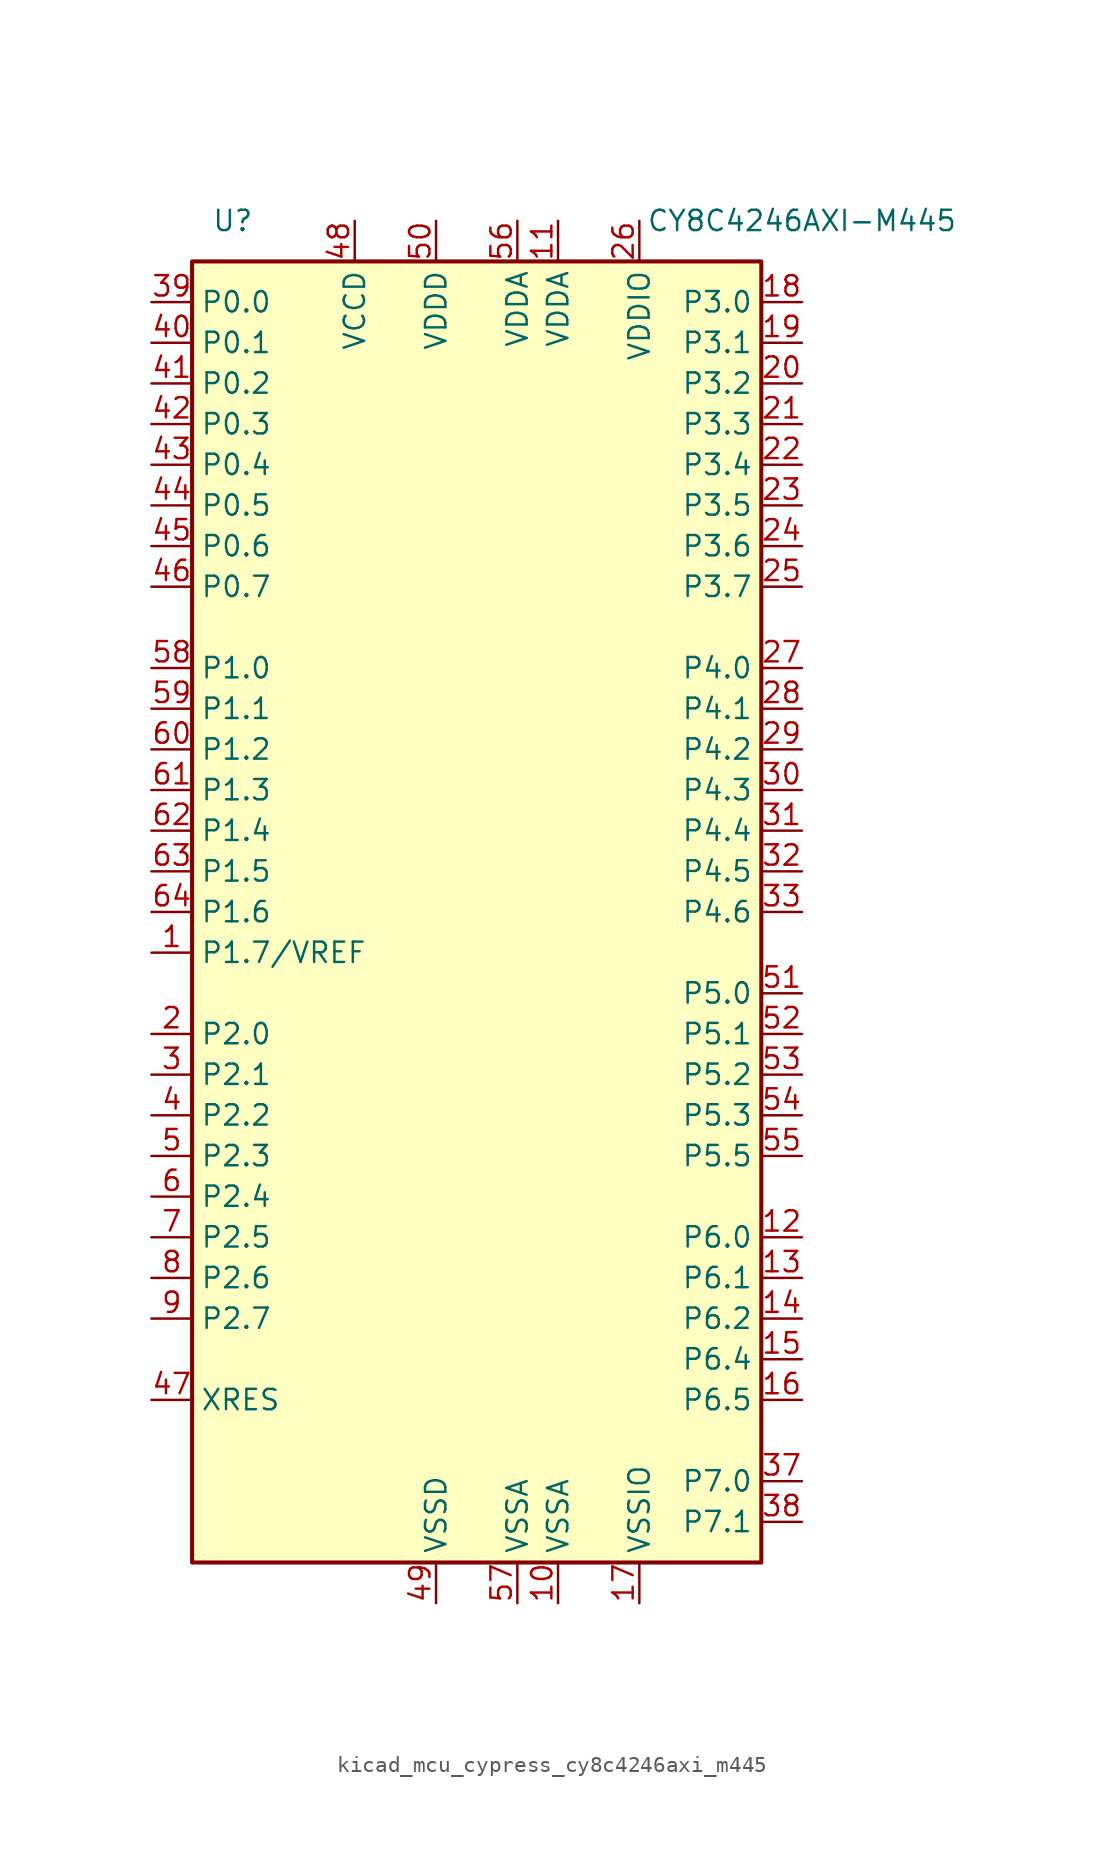
<source format=kicad_sym>
(kicad_symbol_lib
  (version 20220914)
  (generator kicad_symbol_editor)
  (symbol "kicad_mcu_cypress_cy8c4246axi_m445"
    (property "Reference" "U"
      (at -15.24 43.18 0)
      (effects (font (size 1.27 1.27))))
    (property "Value" "CY8C4246AXI-M445"
      (at 20.32 43.18 0)
      (effects (font (size 1.27 1.27))))
    (symbol "kicad_mcu_cypress_cy8c4246axi_m445_0_1"
      (rectangle (start -17.78 40.64) (end 17.78 -40.64) (stroke (width 0.254) (type default)) (fill (type background))))
    (symbol "kicad_mcu_cypress_cy8c4246axi_m445_1_1"
      (pin bidirectional line (at -20.32 -2.54 0) (length 2.54) (name "P1.7/VREF" (effects (font (size 1.27 1.27)))) (number "1" (effects (font (size 1.27 1.27)))))
      (pin power_in line (at 5.08 -43.18 90) (length 2.54) (name "VSSA" (effects (font (size 1.27 1.27)))) (number "10" (effects (font (size 1.27 1.27)))))
      (pin power_in line (at 5.08 43.18 270) (length 2.54) (name "VDDA" (effects (font (size 1.27 1.27)))) (number "11" (effects (font (size 1.27 1.27)))))
      (pin bidirectional line (at 20.32 -20.32 180) (length 2.54) (name "P6.0" (effects (font (size 1.27 1.27)))) (number "12" (effects (font (size 1.27 1.27)))))
      (pin bidirectional line (at 20.32 -22.86 180) (length 2.54) (name "P6.1" (effects (font (size 1.27 1.27)))) (number "13" (effects (font (size 1.27 1.27)))))
      (pin bidirectional line (at 20.32 -25.4 180) (length 2.54) (name "P6.2" (effects (font (size 1.27 1.27)))) (number "14" (effects (font (size 1.27 1.27)))))
      (pin bidirectional line (at 20.32 -27.94 180) (length 2.54) (name "P6.4" (effects (font (size 1.27 1.27)))) (number "15" (effects (font (size 1.27 1.27)))))
      (pin bidirectional line (at 20.32 -30.48 180) (length 2.54) (name "P6.5" (effects (font (size 1.27 1.27)))) (number "16" (effects (font (size 1.27 1.27)))))
      (pin power_in line (at 10.16 -43.18 90) (length 2.54) (name "VSSIO" (effects (font (size 1.27 1.27)))) (number "17" (effects (font (size 1.27 1.27)))))
      (pin bidirectional line (at 20.32 38.1 180) (length 2.54) (name "P3.0" (effects (font (size 1.27 1.27)))) (number "18" (effects (font (size 1.27 1.27)))))
      (pin bidirectional line (at 20.32 35.56 180) (length 2.54) (name "P3.1" (effects (font (size 1.27 1.27)))) (number "19" (effects (font (size 1.27 1.27)))))
      (pin bidirectional line (at -20.32 -7.62 0) (length 2.54) (name "P2.0" (effects (font (size 1.27 1.27)))) (number "2" (effects (font (size 1.27 1.27)))))
      (pin bidirectional line (at 20.32 33.02 180) (length 2.54) (name "P3.2" (effects (font (size 1.27 1.27)))) (number "20" (effects (font (size 1.27 1.27)))))
      (pin bidirectional line (at 20.32 30.48 180) (length 2.54) (name "P3.3" (effects (font (size 1.27 1.27)))) (number "21" (effects (font (size 1.27 1.27)))))
      (pin bidirectional line (at 20.32 27.94 180) (length 2.54) (name "P3.4" (effects (font (size 1.27 1.27)))) (number "22" (effects (font (size 1.27 1.27)))))
      (pin bidirectional line (at 20.32 25.4 180) (length 2.54) (name "P3.5" (effects (font (size 1.27 1.27)))) (number "23" (effects (font (size 1.27 1.27)))))
      (pin bidirectional line (at 20.32 22.86 180) (length 2.54) (name "P3.6" (effects (font (size 1.27 1.27)))) (number "24" (effects (font (size 1.27 1.27)))))
      (pin bidirectional line (at 20.32 20.32 180) (length 2.54) (name "P3.7" (effects (font (size 1.27 1.27)))) (number "25" (effects (font (size 1.27 1.27)))))
      (pin power_in line (at 10.16 43.18 270) (length 2.54) (name "VDDIO" (effects (font (size 1.27 1.27)))) (number "26" (effects (font (size 1.27 1.27)))))
      (pin bidirectional line (at 20.32 15.24 180) (length 2.54) (name "P4.0" (effects (font (size 1.27 1.27)))) (number "27" (effects (font (size 1.27 1.27)))))
      (pin bidirectional line (at 20.32 12.7 180) (length 2.54) (name "P4.1" (effects (font (size 1.27 1.27)))) (number "28" (effects (font (size 1.27 1.27)))))
      (pin bidirectional line (at 20.32 10.16 180) (length 2.54) (name "P4.2" (effects (font (size 1.27 1.27)))) (number "29" (effects (font (size 1.27 1.27)))))
      (pin bidirectional line (at -20.32 -10.16 0) (length 2.54) (name "P2.1" (effects (font (size 1.27 1.27)))) (number "3" (effects (font (size 1.27 1.27)))))
      (pin bidirectional line (at 20.32 7.62 180) (length 2.54) (name "P4.3" (effects (font (size 1.27 1.27)))) (number "30" (effects (font (size 1.27 1.27)))))
      (pin bidirectional line (at 20.32 5.08 180) (length 2.54) (name "P4.4" (effects (font (size 1.27 1.27)))) (number "31" (effects (font (size 1.27 1.27)))))
      (pin bidirectional line (at 20.32 2.54 180) (length 2.54) (name "P4.5" (effects (font (size 1.27 1.27)))) (number "32" (effects (font (size 1.27 1.27)))))
      (pin bidirectional line (at 20.32 0 180) (length 2.54) (name "P4.6" (effects (font (size 1.27 1.27)))) (number "33" (effects (font (size 1.27 1.27)))))
      (pin bidirectional line (at 20.32 -35.56 180) (length 2.54) (name "P7.0" (effects (font (size 1.27 1.27)))) (number "37" (effects (font (size 1.27 1.27)))))
      (pin bidirectional line (at 20.32 -38.1 180) (length 2.54) (name "P7.1" (effects (font (size 1.27 1.27)))) (number "38" (effects (font (size 1.27 1.27)))))
      (pin bidirectional line (at -20.32 38.1 0) (length 2.54) (name "P0.0" (effects (font (size 1.27 1.27)))) (number "39" (effects (font (size 1.27 1.27)))))
      (pin bidirectional line (at -20.32 -12.7 0) (length 2.54) (name "P2.2" (effects (font (size 1.27 1.27)))) (number "4" (effects (font (size 1.27 1.27)))))
      (pin bidirectional line (at -20.32 35.56 0) (length 2.54) (name "P0.1" (effects (font (size 1.27 1.27)))) (number "40" (effects (font (size 1.27 1.27)))))
      (pin bidirectional line (at -20.32 33.02 0) (length 2.54) (name "P0.2" (effects (font (size 1.27 1.27)))) (number "41" (effects (font (size 1.27 1.27)))))
      (pin bidirectional line (at -20.32 30.48 0) (length 2.54) (name "P0.3" (effects (font (size 1.27 1.27)))) (number "42" (effects (font (size 1.27 1.27)))))
      (pin bidirectional line (at -20.32 27.94 0) (length 2.54) (name "P0.4" (effects (font (size 1.27 1.27)))) (number "43" (effects (font (size 1.27 1.27)))))
      (pin bidirectional line (at -20.32 25.4 0) (length 2.54) (name "P0.5" (effects (font (size 1.27 1.27)))) (number "44" (effects (font (size 1.27 1.27)))))
      (pin bidirectional line (at -20.32 22.86 0) (length 2.54) (name "P0.6" (effects (font (size 1.27 1.27)))) (number "45" (effects (font (size 1.27 1.27)))))
      (pin bidirectional line (at -20.32 20.32 0) (length 2.54) (name "P0.7" (effects (font (size 1.27 1.27)))) (number "46" (effects (font (size 1.27 1.27)))))
      (pin input line (at -20.32 -30.48 0) (length 2.54) (name "XRES" (effects (font (size 1.27 1.27)))) (number "47" (effects (font (size 1.27 1.27)))))
      (pin power_out line (at -7.62 43.18 270) (length 2.54) (name "VCCD" (effects (font (size 1.27 1.27)))) (number "48" (effects (font (size 1.27 1.27)))))
      (pin power_in line (at -2.54 -43.18 90) (length 2.54) (name "VSSD" (effects (font (size 1.27 1.27)))) (number "49" (effects (font (size 1.27 1.27)))))
      (pin bidirectional line (at -20.32 -15.24 0) (length 2.54) (name "P2.3" (effects (font (size 1.27 1.27)))) (number "5" (effects (font (size 1.27 1.27)))))
      (pin power_in line (at -2.54 43.18 270) (length 2.54) (name "VDDD" (effects (font (size 1.27 1.27)))) (number "50" (effects (font (size 1.27 1.27)))))
      (pin bidirectional line (at 20.32 -5.08 180) (length 2.54) (name "P5.0" (effects (font (size 1.27 1.27)))) (number "51" (effects (font (size 1.27 1.27)))))
      (pin bidirectional line (at 20.32 -7.62 180) (length 2.54) (name "P5.1" (effects (font (size 1.27 1.27)))) (number "52" (effects (font (size 1.27 1.27)))))
      (pin bidirectional line (at 20.32 -10.16 180) (length 2.54) (name "P5.2" (effects (font (size 1.27 1.27)))) (number "53" (effects (font (size 1.27 1.27)))))
      (pin bidirectional line (at 20.32 -12.7 180) (length 2.54) (name "P5.3" (effects (font (size 1.27 1.27)))) (number "54" (effects (font (size 1.27 1.27)))))
      (pin bidirectional line (at 20.32 -15.24 180) (length 2.54) (name "P5.5" (effects (font (size 1.27 1.27)))) (number "55" (effects (font (size 1.27 1.27)))))
      (pin power_in line (at 2.54 43.18 270) (length 2.54) (name "VDDA" (effects (font (size 1.27 1.27)))) (number "56" (effects (font (size 1.27 1.27)))))
      (pin power_in line (at 2.54 -43.18 90) (length 2.54) (name "VSSA" (effects (font (size 1.27 1.27)))) (number "57" (effects (font (size 1.27 1.27)))))
      (pin bidirectional line (at -20.32 15.24 0) (length 2.54) (name "P1.0" (effects (font (size 1.27 1.27)))) (number "58" (effects (font (size 1.27 1.27)))))
      (pin bidirectional line (at -20.32 12.7 0) (length 2.54) (name "P1.1" (effects (font (size 1.27 1.27)))) (number "59" (effects (font (size 1.27 1.27)))))
      (pin bidirectional line (at -20.32 -17.78 0) (length 2.54) (name "P2.4" (effects (font (size 1.27 1.27)))) (number "6" (effects (font (size 1.27 1.27)))))
      (pin bidirectional line (at -20.32 10.16 0) (length 2.54) (name "P1.2" (effects (font (size 1.27 1.27)))) (number "60" (effects (font (size 1.27 1.27)))))
      (pin bidirectional line (at -20.32 7.62 0) (length 2.54) (name "P1.3" (effects (font (size 1.27 1.27)))) (number "61" (effects (font (size 1.27 1.27)))))
      (pin bidirectional line (at -20.32 5.08 0) (length 2.54) (name "P1.4" (effects (font (size 1.27 1.27)))) (number "62" (effects (font (size 1.27 1.27)))))
      (pin bidirectional line (at -20.32 2.54 0) (length 2.54) (name "P1.5" (effects (font (size 1.27 1.27)))) (number "63" (effects (font (size 1.27 1.27)))))
      (pin bidirectional line (at -20.32 0 0) (length 2.54) (name "P1.6" (effects (font (size 1.27 1.27)))) (number "64" (effects (font (size 1.27 1.27)))))
      (pin bidirectional line (at -20.32 -20.32 0) (length 2.54) (name "P2.5" (effects (font (size 1.27 1.27)))) (number "7" (effects (font (size 1.27 1.27)))))
      (pin bidirectional line (at -20.32 -22.86 0) (length 2.54) (name "P2.6" (effects (font (size 1.27 1.27)))) (number "8" (effects (font (size 1.27 1.27)))))
      (pin bidirectional line (at -20.32 -25.4 0) (length 2.54) (name "P2.7" (effects (font (size 1.27 1.27)))) (number "9" (effects (font (size 1.27 1.27))))))))
</source>
